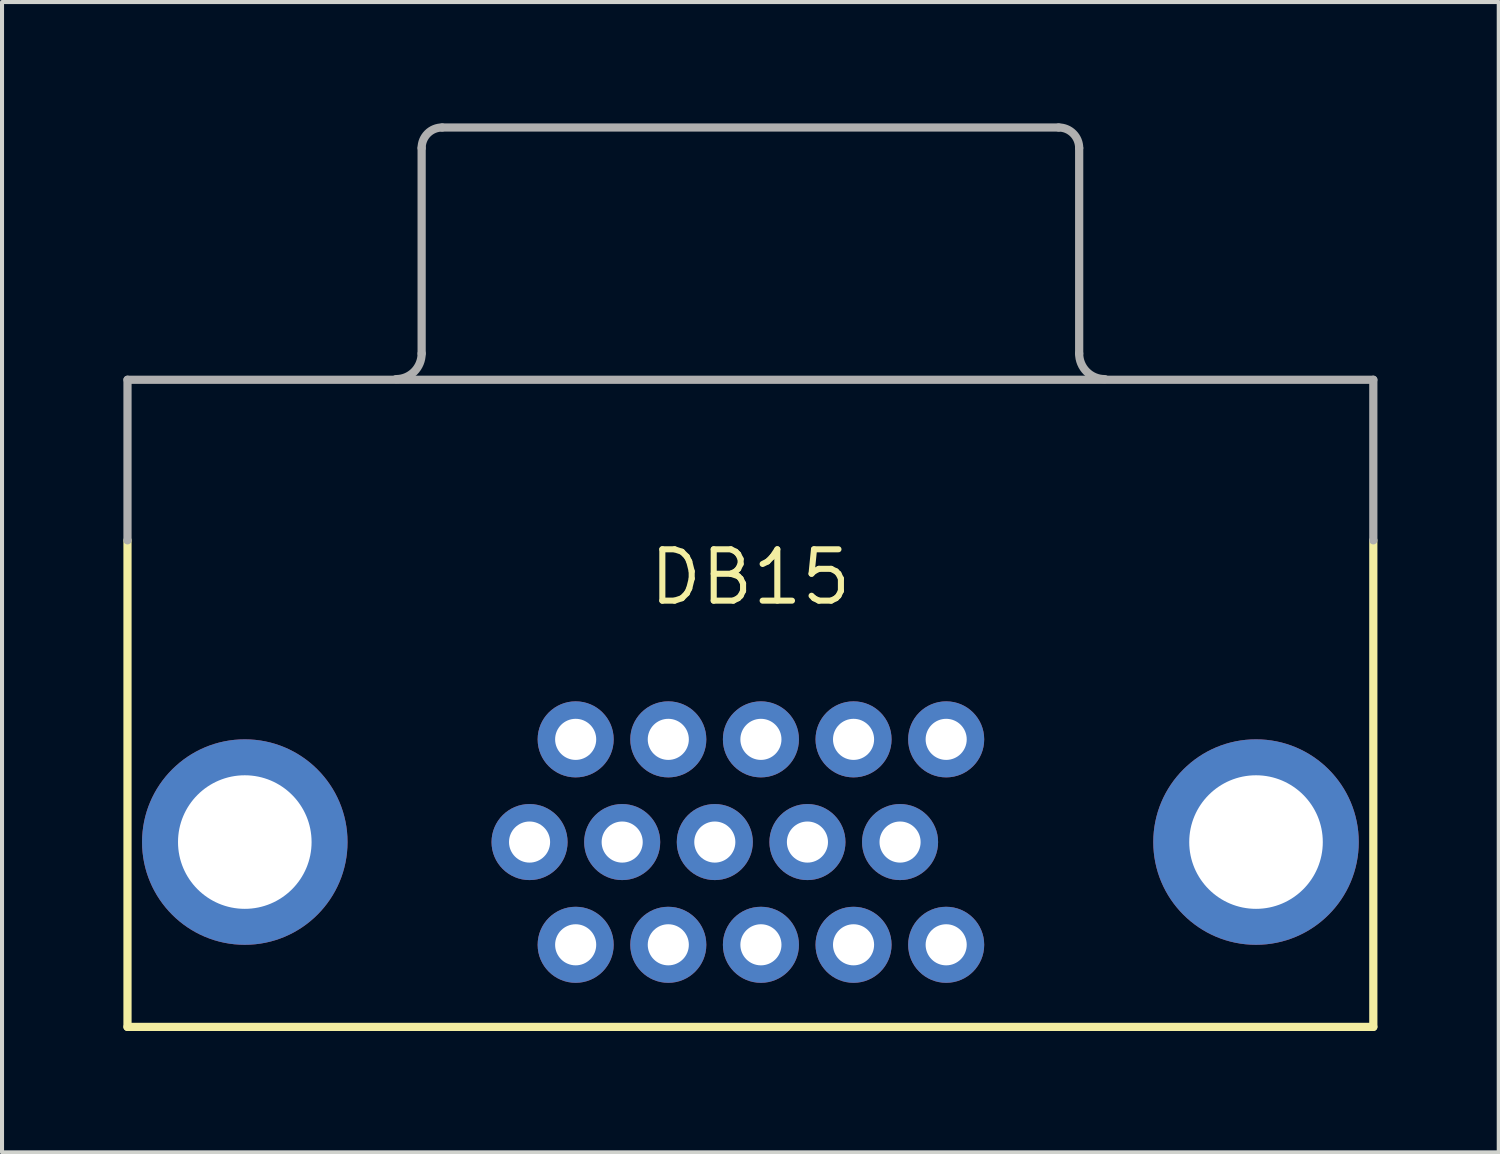
<source format=kicad_pcb>
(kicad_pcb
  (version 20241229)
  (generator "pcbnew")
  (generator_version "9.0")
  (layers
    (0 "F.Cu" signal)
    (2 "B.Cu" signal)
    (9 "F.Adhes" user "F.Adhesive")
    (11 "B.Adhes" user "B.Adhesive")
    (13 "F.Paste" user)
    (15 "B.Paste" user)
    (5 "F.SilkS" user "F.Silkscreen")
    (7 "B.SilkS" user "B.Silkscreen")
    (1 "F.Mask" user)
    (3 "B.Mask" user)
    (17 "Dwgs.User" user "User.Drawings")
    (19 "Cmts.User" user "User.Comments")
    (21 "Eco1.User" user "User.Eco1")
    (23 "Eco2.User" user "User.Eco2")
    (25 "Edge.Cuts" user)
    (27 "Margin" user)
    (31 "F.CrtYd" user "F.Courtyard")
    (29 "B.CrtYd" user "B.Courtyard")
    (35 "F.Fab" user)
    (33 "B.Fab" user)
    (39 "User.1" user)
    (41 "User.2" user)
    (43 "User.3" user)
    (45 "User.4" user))
  (footprint "DB15"
    (layer "F.Cu")
    (at 15.502 11.22)
    (property "Reference" "DB15" (at 0 0 0) (layer "F.SilkS") (effects (font (size 1.27 1.27) (thickness 0.15))))
    (fp_circle (center -12.5 6.548) (end -12.5 6.548) (stroke (width 0) (type solid)) (fill yes) (layer "F.Mask"))
    (fp_circle (center -5.46 6.548) (end -5.46 6.548) (stroke (width 0) (type solid)) (fill yes) (layer "F.Mask"))
    (fp_circle (center -4.32 4.009) (end -4.32 4.009) (stroke (width 0) (type solid)) (fill yes) (layer "F.Mask"))
    (fp_circle (center -4.32 9.088) (end -4.32 9.088) (stroke (width 0) (type solid)) (fill yes) (layer "F.Mask"))
    (fp_circle (center -3.17 6.548) (end -3.17 6.548) (stroke (width 0) (type solid)) (fill yes) (layer "F.Mask"))
    (fp_circle (center -2.03 4.009) (end -2.03 4.009) (stroke (width 0) (type solid)) (fill yes) (layer "F.Mask"))
    (fp_circle (center -2.03 9.088) (end -2.03 9.088) (stroke (width 0) (type solid)) (fill yes) (layer "F.Mask"))
    (fp_circle (center -0.88 6.548) (end -0.88 6.548) (stroke (width 0) (type solid)) (fill yes) (layer "F.Mask"))
    (fp_circle (center 0.26 4.009) (end 0.26 4.009) (stroke (width 0) (type solid)) (fill yes) (layer "F.Mask"))
    (fp_circle (center 0.26 9.088) (end 0.26 9.088) (stroke (width 0) (type solid)) (fill yes) (layer "F.Mask"))
    (fp_circle (center 1.41 6.548) (end 1.41 6.548) (stroke (width 0) (type solid)) (fill yes) (layer "F.Mask"))
    (fp_circle (center 2.55 4.009) (end 2.55 4.009) (stroke (width 0) (type solid)) (fill yes) (layer "F.Mask"))
    (fp_circle (center 2.55 9.088) (end 2.55 9.088) (stroke (width 0) (type solid)) (fill yes) (layer "F.Mask"))
    (fp_circle (center 3.7 6.548) (end 3.7 6.548) (stroke (width 0) (type solid)) (fill yes) (layer "F.Mask"))
    (fp_circle (center 4.84 4.009) (end 4.84 4.009) (stroke (width 0) (type solid)) (fill yes) (layer "F.Mask"))
    (fp_circle (center 4.84 9.088) (end 4.84 9.088) (stroke (width 0) (type solid)) (fill yes) (layer "F.Mask"))
    (fp_circle (center 12.5 6.548) (end 12.5 6.548) (stroke (width 0) (type solid)) (fill yes) (layer "F.Mask"))
    (fp_circle (center -12.5 6.548) (end -12.5 6.548) (stroke (width 0) (type solid)) (fill yes) (layer "B.Mask"))
    (fp_circle (center -5.46 6.548) (end -5.46 6.548) (stroke (width 0) (type solid)) (fill yes) (layer "B.Mask"))
    (fp_circle (center -4.32 4.009) (end -4.32 4.009) (stroke (width 0) (type solid)) (fill yes) (layer "B.Mask"))
    (fp_circle (center -4.32 9.088) (end -4.32 9.088) (stroke (width 0) (type solid)) (fill yes) (layer "B.Mask"))
    (fp_circle (center -3.17 6.548) (end -3.17 6.548) (stroke (width 0) (type solid)) (fill yes) (layer "B.Mask"))
    (fp_circle (center -2.03 4.009) (end -2.03 4.009) (stroke (width 0) (type solid)) (fill yes) (layer "B.Mask"))
    (fp_circle (center -2.03 9.088) (end -2.03 9.088) (stroke (width 0) (type solid)) (fill yes) (layer "B.Mask"))
    (fp_circle (center -0.88 6.548) (end -0.88 6.548) (stroke (width 0) (type solid)) (fill yes) (layer "B.Mask"))
    (fp_circle (center 0.26 4.009) (end 0.26 4.009) (stroke (width 0) (type solid)) (fill yes) (layer "B.Mask"))
    (fp_circle (center 0.26 9.088) (end 0.26 9.088) (stroke (width 0) (type solid)) (fill yes) (layer "B.Mask"))
    (fp_circle (center 1.41 6.548) (end 1.41 6.548) (stroke (width 0) (type solid)) (fill yes) (layer "B.Mask"))
    (fp_circle (center 2.55 4.009) (end 2.55 4.009) (stroke (width 0) (type solid)) (fill yes) (layer "B.Mask"))
    (fp_circle (center 2.55 9.088) (end 2.55 9.088) (stroke (width 0) (type solid)) (fill yes) (layer "B.Mask"))
    (fp_circle (center 3.7 6.548) (end 3.7 6.548) (stroke (width 0) (type solid)) (fill yes) (layer "B.Mask"))
    (fp_circle (center 4.84 4.009) (end 4.84 4.009) (stroke (width 0) (type solid)) (fill yes) (layer "B.Mask"))
    (fp_circle (center 4.84 9.088) (end 4.84 9.088) (stroke (width 0) (type solid)) (fill yes) (layer "B.Mask"))
    (fp_circle (center 12.5 6.548) (end 12.5 6.548) (stroke (width 0) (type solid)) (fill yes) (layer "B.Mask"))
    (fp_line (start -15.4 11.118) (end -15.4 -0.912) (stroke (width 0.203) (type solid)) (layer "F.SilkS"))
    (fp_line (start -15.4 11.118) (end 15.4 11.118) (stroke (width 0.203) (type solid)) (layer "F.SilkS"))
    (fp_line (start 15.4 11.118) (end 15.4 -0.912) (stroke (width 0.203) (type solid)) (layer "F.SilkS"))
    (fp_line (start -15.4 -4.881) (end 15.4 -4.881) (stroke (width 0.203) (type solid)) (layer "F.Fab"))
    (fp_line (start -15.4 -0.912) (end -15.4 -4.881) (stroke (width 0.203) (type solid)) (layer "F.Fab"))
    (fp_line (start -8.128 -5.53) (end -8.128 -10.611) (stroke (width 0.203) (type solid)) (layer "F.Fab"))
    (fp_line (start -7.62 -11.118) (end 7.62 -11.118) (stroke (width 0.203) (type solid)) (layer "F.Fab"))
    (fp_line (start 8.128 -5.53) (end 8.128 -10.611) (stroke (width 0.203) (type solid)) (layer "F.Fab"))
    (fp_line (start 15.4 -0.912) (end 15.4 -4.881) (stroke (width 0.203) (type solid)) (layer "F.Fab"))
    (fp_arc (start -8.128 -10.610999) (mid -7.979262 -10.969969) (end -7.62 -11.118) (stroke (width 0.203) (type solid)) (layer "F.Fab"))
    (fp_arc (start -8.128 -5.53) (mid -8.313358 -5.080941) (end -8.763 -4.897) (stroke (width 0.203) (type solid)) (layer "F.Fab"))
    (fp_arc (start 7.619999 -11.118) (mid 7.979262 -10.96997) (end 8.128 -10.611) (stroke (width 0.203) (type solid)) (layer "F.Fab"))
    (fp_arc (start 8.763 -4.897) (mid 8.313358 -5.080941) (end 8.128 -5.53) (stroke (width 0.203) (type solid)) (layer "F.Fab"))
    (pad "1" thru_hole circle (at -4.32 9.088) (size 1.88 1.88) (drill 1.016) (layers "*.Cu"))
    (pad "2" thru_hole circle (at -2.03 9.088) (size 1.88 1.88) (drill 1.016) (layers "*.Cu"))
    (pad "3" thru_hole circle (at 0.26 9.088) (size 1.88 1.88) (drill 1.016) (layers "*.Cu"))
    (pad "4" thru_hole circle (at 2.55 9.088) (size 1.88 1.88) (drill 1.016) (layers "*.Cu"))
    (pad "5" thru_hole circle (at 4.84 9.088) (size 1.88 1.88) (drill 1.016) (layers "*.Cu"))
    (pad "6" thru_hole circle (at -5.46 6.548) (size 1.88 1.88) (drill 1.016) (layers "*.Cu"))
    (pad "7" thru_hole circle (at -3.17 6.548) (size 1.88 1.88) (drill 1.016) (layers "*.Cu"))
    (pad "8" thru_hole circle (at -0.88 6.548) (size 1.88 1.88) (drill 1.016) (layers "*.Cu"))
    (pad "9" thru_hole circle (at 1.41 6.548) (size 1.88 1.88) (drill 1.016) (layers "*.Cu"))
    (pad "10" thru_hole circle (at 3.7 6.548) (size 1.88 1.88) (drill 1.016) (layers "*.Cu"))
    (pad "11" thru_hole circle (at -4.32 4.009) (size 1.88 1.88) (drill 1.016) (layers "*.Cu"))
    (pad "12" thru_hole circle (at -2.03 4.009) (size 1.88 1.88) (drill 1.016) (layers "*.Cu"))
    (pad "13" thru_hole circle (at 0.26 4.009) (size 1.88 1.88) (drill 1.016) (layers "*.Cu"))
    (pad "14" thru_hole circle (at 2.55 4.009) (size 1.88 1.88) (drill 1.016) (layers "*.Cu"))
    (pad "15" thru_hole circle (at 4.84 4.009) (size 1.88 1.88) (drill 1.016) (layers "*.Cu"))
    (pad "G1" thru_hole circle (at -12.5 6.548) (size 5.08 5.08) (drill 3.302) (layers "*.Cu"))
    (pad "G2" thru_hole circle (at 12.5 6.548) (size 5.08 5.08) (drill 3.302) (layers "*.Cu")))
  (gr_rect
    (start -3 -3)
    (end 34.003 25.439)
    (stroke (width 0.1) (type default))
    (fill no)
    (layer "Edge.Cuts")))
</source>
